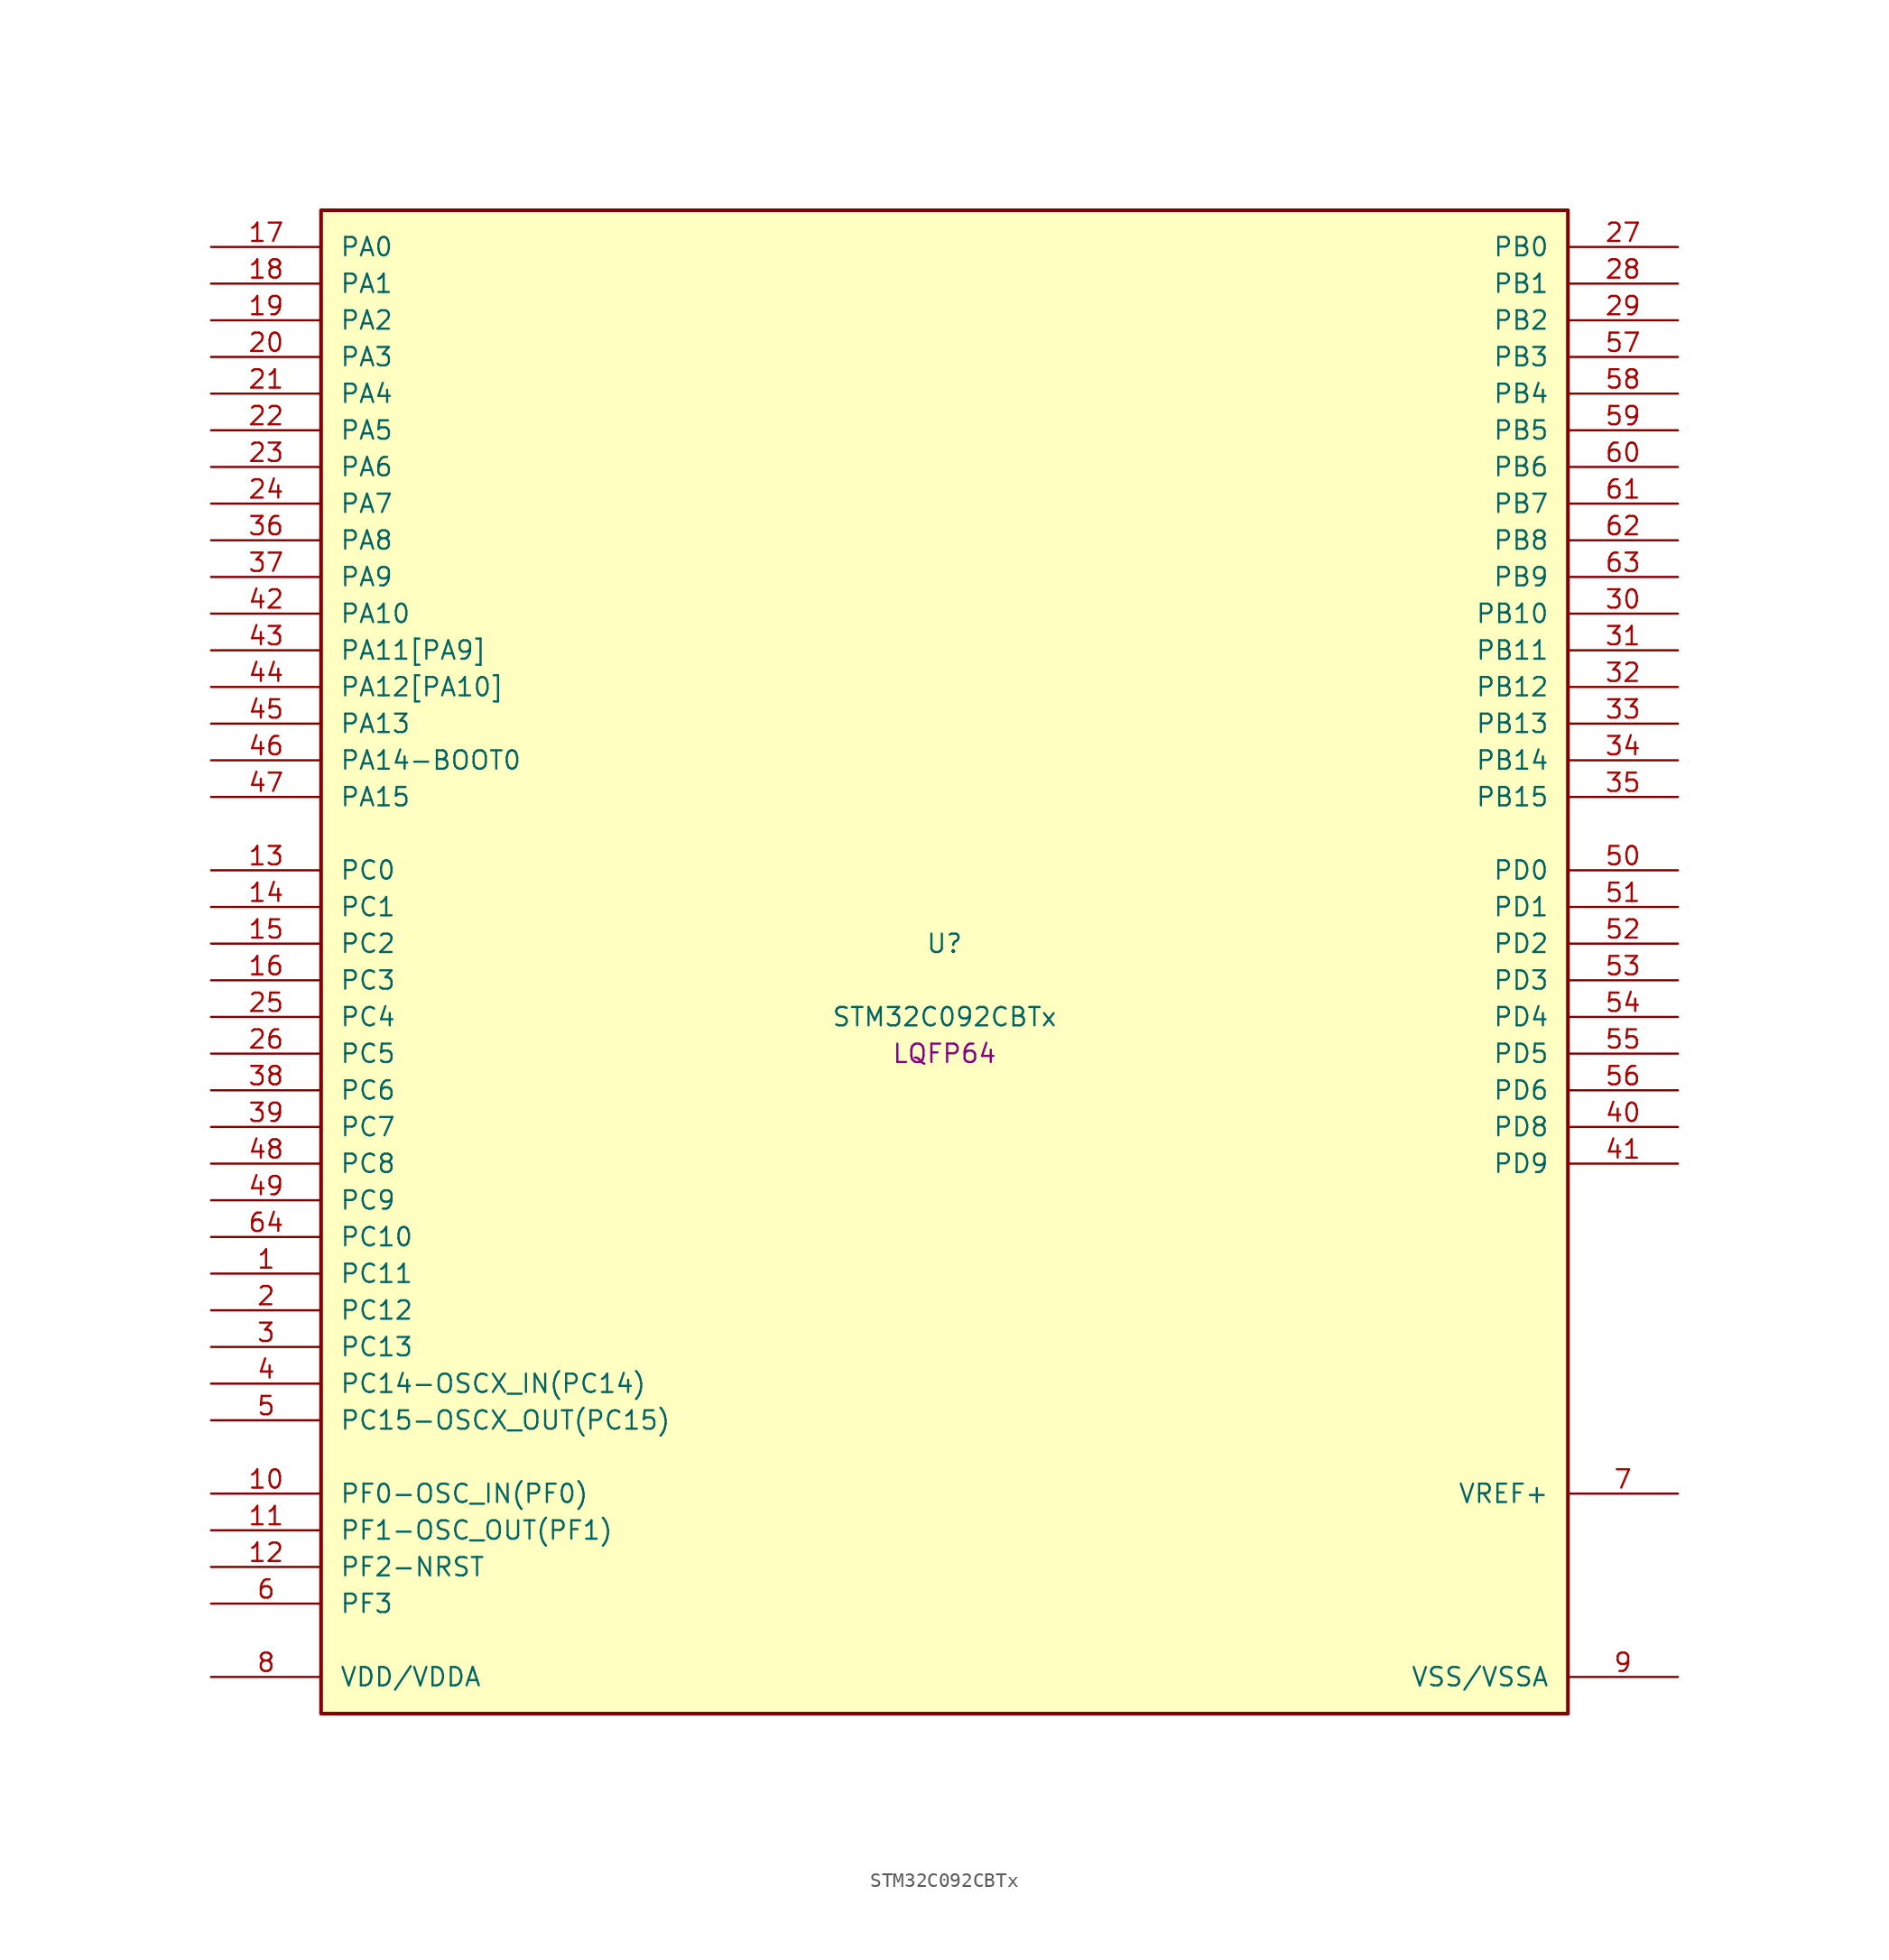
<source format=kicad_sym>
(kicad_symbol_lib
  (version 20241209)
  (generator "stm32_pkl_generator")
  (generator_version "1.0")
  (symbol "STM32C092CBTx"
    (pin_names
      (offset 1.27))
    (property "Reference" "U"
      (at 0 2.54 0))
    (property "Value" "STM32C092CBTx"
      (at 0 -2.54 0))
    (property "Footprint" "LQFP64"
      (at 0 -5.08 0))
    (symbol "STM32C092CBTx_1_1"
      (rectangle (start -43.18 53.34) (end 43.18 -50.8) (stroke (width 0.254) (type solid)) (fill (type background)))
      (pin bidirectional line (at -50.8 50.8 0) (length 7.62) (name "PA0") (number "17") (alternate "PA0/ADC1_IN0" bidirectional line) (alternate "PA0/PWR_WKUP1" bidirectional line) (alternate "PA0/SPI2_SCK" bidirectional line) (alternate "PA0/TIM16_CH1" bidirectional line) (alternate "PA0/TIM1_CH1" bidirectional line) (alternate "PA0/TIM2_CH1" bidirectional line) (alternate "PA0/TIM2_ETR" bidirectional line) (alternate "PA0/USART1_TX" bidirectional line) (alternate "PA0/USART2_CTS" bidirectional line) (alternate "PA0/USART2_NSS" bidirectional line) (alternate "PA0/USART4_TX" bidirectional line))
      (pin bidirectional line (at -50.8 48.26 0) (length 7.62) (name "PA1") (number "18") (alternate "PA1/ADC1_IN1" bidirectional line) (alternate "PA1/I2C1_SMBA" bidirectional line) (alternate "PA1/I2S1_CK" bidirectional line) (alternate "PA1/SPI1_SCK" bidirectional line) (alternate "PA1/TIM15_CH1N" bidirectional line) (alternate "PA1/TIM17_CH1" bidirectional line) (alternate "PA1/TIM1_CH2" bidirectional line) (alternate "PA1/TIM2_CH2" bidirectional line) (alternate "PA1/USART1_RX" bidirectional line) (alternate "PA1/USART2_CK" bidirectional line) (alternate "PA1/USART2_DE" bidirectional line) (alternate "PA1/USART2_RTS" bidirectional line) (alternate "PA1/USART4_RX" bidirectional line))
      (pin bidirectional line (at -50.8 45.72 0) (length 7.62) (name "PA2") (number "19") (alternate "PA2/ADC1_IN2" bidirectional line) (alternate "PA2/I2S1_SD" bidirectional line) (alternate "PA2/PWR_WKUP4" bidirectional line) (alternate "PA2/RCC_LSCO" bidirectional line) (alternate "PA2/SPI1_MOSI" bidirectional line) (alternate "PA2/TIM15_CH1" bidirectional line) (alternate "PA2/TIM16_CH1N" bidirectional line) (alternate "PA2/TIM1_CH3" bidirectional line) (alternate "PA2/TIM2_CH3" bidirectional line) (alternate "PA2/TIM3_ETR" bidirectional line) (alternate "PA2/USART2_TX" bidirectional line))
      (pin bidirectional line (at -50.8 43.18 0) (length 7.62) (name "PA3") (number "20") (alternate "PA3/ADC1_IN3" bidirectional line) (alternate "PA3/SPI2_MISO" bidirectional line) (alternate "PA3/TIM15_CH2" bidirectional line) (alternate "PA3/TIM1_CH1N" bidirectional line) (alternate "PA3/TIM1_CH4" bidirectional line) (alternate "PA3/TIM2_CH4" bidirectional line) (alternate "PA3/USART2_RX" bidirectional line))
      (pin bidirectional line (at -50.8 40.64 0) (length 7.62) (name "PA4") (number "21") (alternate "PA4/ADC1_IN4" bidirectional line) (alternate "PA4/I2S1_WS" bidirectional line) (alternate "PA4/RTC_OUT2" bidirectional line) (alternate "PA4/SPI1_NSS" bidirectional line) (alternate "PA4/SPI2_MOSI" bidirectional line) (alternate "PA4/TIM14_CH1" bidirectional line) (alternate "PA4/TIM17_CH1N" bidirectional line) (alternate "PA4/TIM1_CH2N" bidirectional line) (alternate "PA4/USART2_TX" bidirectional line))
      (pin bidirectional line (at -50.8 38.1 0) (length 7.62) (name "PA5") (number "22") (alternate "PA5/ADC1_IN5" bidirectional line) (alternate "PA5/I2S1_CK" bidirectional line) (alternate "PA5/SPI1_SCK" bidirectional line) (alternate "PA5/TIM1_CH1" bidirectional line) (alternate "PA5/TIM1_CH3N" bidirectional line) (alternate "PA5/TIM2_CH1" bidirectional line) (alternate "PA5/TIM2_ETR" bidirectional line) (alternate "PA5/USART2_RX" bidirectional line) (alternate "PA5/USART3_TX" bidirectional line))
      (pin bidirectional line (at -50.8 35.56 0) (length 7.62) (name "PA6") (number "23") (alternate "PA6/ADC1_IN6" bidirectional line) (alternate "PA6/I2C2_SDA" bidirectional line) (alternate "PA6/I2S1_MCK" bidirectional line) (alternate "PA6/SPI1_MISO" bidirectional line) (alternate "PA6/TIM16_CH1" bidirectional line) (alternate "PA6/TIM1_BKIN" bidirectional line) (alternate "PA6/TIM3_CH1" bidirectional line) (alternate "PA6/USART3_CTS" bidirectional line) (alternate "PA6/USART3_NSS" bidirectional line))
      (pin bidirectional line (at -50.8 33.02 0) (length 7.62) (name "PA7") (number "24") (alternate "PA7/ADC1_IN7" bidirectional line) (alternate "PA7/I2C2_SCL" bidirectional line) (alternate "PA7/I2S1_SD" bidirectional line) (alternate "PA7/SPI1_MOSI" bidirectional line) (alternate "PA7/TIM14_CH1" bidirectional line) (alternate "PA7/TIM17_CH1" bidirectional line) (alternate "PA7/TIM1_CH1N" bidirectional line) (alternate "PA7/TIM3_CH2" bidirectional line))
      (pin bidirectional line (at -50.8 30.48 0) (length 7.62) (name "PA8") (number "36") (alternate "PA8/ADC1_IN8" bidirectional line) (alternate "PA8/I2S1_WS" bidirectional line) (alternate "PA8/RCC_MCO" bidirectional line) (alternate "PA8/RCC_MCO_2" bidirectional line) (alternate "PA8/SPI1_NSS" bidirectional line) (alternate "PA8/SPI2_MISO" bidirectional line) (alternate "PA8/SPI2_NSS" bidirectional line) (alternate "PA8/TIM14_CH1" bidirectional line) (alternate "PA8/TIM1_CH1" bidirectional line) (alternate "PA8/TIM1_CH2N" bidirectional line) (alternate "PA8/TIM1_CH3N" bidirectional line) (alternate "PA8/TIM3_CH3" bidirectional line) (alternate "PA8/TIM3_CH4" bidirectional line) (alternate "PA8/USART1_RX" bidirectional line) (alternate "PA8/USART2_TX" bidirectional line))
      (pin bidirectional line (at -50.8 27.94 0) (length 7.62) (name "PA9") (number "37") (alternate "PA9/I2C1_SCL" bidirectional line) (alternate "PA9/I2C2_SCL" bidirectional line) (alternate "PA9/RCC_MCO" bidirectional line) (alternate "PA9/SPI2_MISO" bidirectional line) (alternate "PA9/TIM15_BKIN" bidirectional line) (alternate "PA9/TIM1_CH2" bidirectional line) (alternate "PA9/TIM3_ETR" bidirectional line) (alternate "PA9/USART1_TX" bidirectional line) (alternate "PA9/NC" bidirectional line))
      (pin bidirectional line (at -50.8 25.4 0) (length 7.62) (name "PA10") (number "42") (alternate "PA10/I2C1_SDA" bidirectional line) (alternate "PA10/I2C2_SDA" bidirectional line) (alternate "PA10/RCC_MCO_2" bidirectional line) (alternate "PA10/SPI2_MOSI" bidirectional line) (alternate "PA10/TIM17_BKIN" bidirectional line) (alternate "PA10/TIM1_CH3" bidirectional line) (alternate "PA10/USART1_RX" bidirectional line) (alternate "PA10/NC" bidirectional line))
      (pin bidirectional line (at -50.8 22.86 0) (length 7.62) (name "PA11[PA9]") (number "43") (alternate "PA11[PA9]/ADC1_EXTI11" bidirectional line) (alternate "PA11[PA9]/FDCAN1_RX" bidirectional line) (alternate "PA11[PA9]/I2C2_SCL" bidirectional line) (alternate "PA11[PA9]/I2S1_MCK" bidirectional line) (alternate "PA11[PA9]/SPI1_MISO" bidirectional line) (alternate "PA11[PA9]/TIM1_BKIN2" bidirectional line) (alternate "PA11[PA9]/TIM1_CH4" bidirectional line) (alternate "PA11[PA9]/USART1_CTS" bidirectional line) (alternate "PA11[PA9]/USART1_NSS" bidirectional line) (alternate "PA11[PA9]/PA9[PA11]" bidirectional line) (alternate "PA11[PA9]/I2C1_SCL" bidirectional line) (alternate "PA11[PA9]/RCC_MCO" bidirectional line) (alternate "PA11[PA9]/SPI2_MISO" bidirectional line) (alternate "PA11[PA9]/TIM15_BKIN" bidirectional line) (alternate "PA11[PA9]/TIM1_CH2" bidirectional line) (alternate "PA11[PA9]/TIM3_ETR" bidirectional line) (alternate "PA11[PA9]/USART1_TX" bidirectional line))
      (pin bidirectional line (at -50.8 20.32 0) (length 7.62) (name "PA12[PA10]") (number "44") (alternate "PA12[PA10]/FDCAN1_TX" bidirectional line) (alternate "PA12[PA10]/I2C2_SDA" bidirectional line) (alternate "PA12[PA10]/I2S1_SD" bidirectional line) (alternate "PA12[PA10]/I2S_CKIN" bidirectional line) (alternate "PA12[PA10]/SPI1_MOSI" bidirectional line) (alternate "PA12[PA10]/TIM1_ETR" bidirectional line) (alternate "PA12[PA10]/USART1_CK" bidirectional line) (alternate "PA12[PA10]/USART1_DE" bidirectional line) (alternate "PA12[PA10]/USART1_RTS" bidirectional line) (alternate "PA12[PA10]/PA10[PA12]" bidirectional line) (alternate "PA12[PA10]/I2C1_SDA" bidirectional line) (alternate "PA12[PA10]/RCC_MCO_2" bidirectional line) (alternate "PA12[PA10]/SPI2_MOSI" bidirectional line) (alternate "PA12[PA10]/TIM17_BKIN" bidirectional line) (alternate "PA12[PA10]/TIM1_CH3" bidirectional line) (alternate "PA12[PA10]/USART1_RX" bidirectional line))
      (pin bidirectional line (at -50.8 17.78 0) (length 7.62) (name "PA13") (number "45") (alternate "PA13/ADC1_IN13" bidirectional line) (alternate "PA13/DEBUG_SWDIO" bidirectional line) (alternate "PA13/IR_OUT" bidirectional line) (alternate "PA13/TIM3_ETR" bidirectional line) (alternate "PA13/USART2_RX" bidirectional line))
      (pin bidirectional line (at -50.8 15.24 0) (length 7.62) (name "PA14-BOOT0") (number "46") (alternate "PA14-BOOT0/ADC1_IN14" bidirectional line) (alternate "PA14-BOOT0/BOOT0" bidirectional line) (alternate "PA14-BOOT0/DEBUG_SWCLK" bidirectional line) (alternate "PA14-BOOT0/I2S1_WS" bidirectional line) (alternate "PA14-BOOT0/RCC_MCO_2" bidirectional line) (alternate "PA14-BOOT0/SPI1_NSS" bidirectional line) (alternate "PA14-BOOT0/TIM1_CH1" bidirectional line) (alternate "PA14-BOOT0/USART1_CK" bidirectional line) (alternate "PA14-BOOT0/USART1_DE" bidirectional line) (alternate "PA14-BOOT0/USART1_RTS" bidirectional line) (alternate "PA14-BOOT0/USART2_RX" bidirectional line) (alternate "PA14-BOOT0/USART2_TX" bidirectional line))
      (pin bidirectional line (at -50.8 12.7 0) (length 7.62) (name "PA15") (number "47") (alternate "PA15/I2S1_WS" bidirectional line) (alternate "PA15/RCC_MCO_2" bidirectional line) (alternate "PA15/SPI1_NSS" bidirectional line) (alternate "PA15/TIM1_CH1" bidirectional line) (alternate "PA15/TIM2_CH1" bidirectional line) (alternate "PA15/TIM2_ETR" bidirectional line) (alternate "PA15/USART1_CK" bidirectional line) (alternate "PA15/USART1_DE" bidirectional line) (alternate "PA15/USART1_RTS" bidirectional line) (alternate "PA15/USART2_RX" bidirectional line) (alternate "PA15/USART3_CK" bidirectional line) (alternate "PA15/USART3_DE" bidirectional line) (alternate "PA15/USART3_RTS" bidirectional line) (alternate "PA15/USART4_CK" bidirectional line) (alternate "PA15/USART4_DE" bidirectional line) (alternate "PA15/USART4_RTS" bidirectional line))
      (pin bidirectional line (at 50.8 50.8 180) (length 7.62) (name "PB0") (number "27") (alternate "PB0/ADC1_IN17" bidirectional line) (alternate "PB0/FDCAN1_RX" bidirectional line) (alternate "PB0/I2S1_WS" bidirectional line) (alternate "PB0/SPI1_NSS" bidirectional line) (alternate "PB0/TIM1_CH2N" bidirectional line) (alternate "PB0/TIM3_CH3" bidirectional line) (alternate "PB0/USART3_RX" bidirectional line))
      (pin bidirectional line (at 50.8 48.26 180) (length 7.62) (name "PB1") (number "28") (alternate "PB1/ADC1_IN18" bidirectional line) (alternate "PB1/FDCAN1_TX" bidirectional line) (alternate "PB1/TIM14_CH1" bidirectional line) (alternate "PB1/TIM1_CH2N" bidirectional line) (alternate "PB1/TIM1_CH3N" bidirectional line) (alternate "PB1/TIM3_CH4" bidirectional line) (alternate "PB1/USART3_CK" bidirectional line) (alternate "PB1/USART3_DE" bidirectional line) (alternate "PB1/USART3_RTS" bidirectional line))
      (pin bidirectional line (at 50.8 45.72 180) (length 7.62) (name "PB2") (number "29") (alternate "PB2/ADC1_IN19" bidirectional line) (alternate "PB2/RCC_MCO_2" bidirectional line) (alternate "PB2/SPI2_MISO" bidirectional line) (alternate "PB2/USART1_RX" bidirectional line) (alternate "PB2/USART3_TX" bidirectional line))
      (pin bidirectional line (at 50.8 43.18 180) (length 7.62) (name "PB3") (number "57") (alternate "PB3/I2C2_SCL" bidirectional line) (alternate "PB3/I2S1_CK" bidirectional line) (alternate "PB3/SPI1_SCK" bidirectional line) (alternate "PB3/TIM1_CH2" bidirectional line) (alternate "PB3/TIM2_CH2" bidirectional line) (alternate "PB3/TIM3_CH2" bidirectional line) (alternate "PB3/USART1_CK" bidirectional line) (alternate "PB3/USART1_DE" bidirectional line) (alternate "PB3/USART1_RTS" bidirectional line))
      (pin bidirectional line (at 50.8 40.64 180) (length 7.62) (name "PB4") (number "58") (alternate "PB4/I2C2_SDA" bidirectional line) (alternate "PB4/I2S1_MCK" bidirectional line) (alternate "PB4/SPI1_MISO" bidirectional line) (alternate "PB4/TIM17_BKIN" bidirectional line) (alternate "PB4/TIM3_CH1" bidirectional line) (alternate "PB4/USART1_CTS" bidirectional line) (alternate "PB4/USART1_NSS" bidirectional line))
      (pin bidirectional line (at 50.8 38.1 180) (length 7.62) (name "PB5") (number "59") (alternate "PB5/FDCAN1_RX" bidirectional line) (alternate "PB5/I2C1_SMBA" bidirectional line) (alternate "PB5/I2S1_SD" bidirectional line) (alternate "PB5/PWR_WKUP6" bidirectional line) (alternate "PB5/SPI1_MOSI" bidirectional line) (alternate "PB5/TIM16_BKIN" bidirectional line) (alternate "PB5/TIM3_CH2" bidirectional line) (alternate "PB5/TIM3_CH3" bidirectional line))
      (pin bidirectional line (at 50.8 35.56 180) (length 7.62) (name "PB6") (number "60") (alternate "PB6/FDCAN1_TX" bidirectional line) (alternate "PB6/I2C1_SCL" bidirectional line) (alternate "PB6/I2C1_SMBA" bidirectional line) (alternate "PB6/I2S1_CK" bidirectional line) (alternate "PB6/I2S1_MCK" bidirectional line) (alternate "PB6/I2S1_SD" bidirectional line) (alternate "PB6/PWR_WKUP3" bidirectional line) (alternate "PB6/SPI1_MISO" bidirectional line) (alternate "PB6/SPI1_MOSI" bidirectional line) (alternate "PB6/SPI1_SCK" bidirectional line) (alternate "PB6/SPI2_MISO" bidirectional line) (alternate "PB6/TIM16_BKIN" bidirectional line) (alternate "PB6/TIM16_CH1N" bidirectional line) (alternate "PB6/TIM1_CH2" bidirectional line) (alternate "PB6/TIM1_CH3" bidirectional line) (alternate "PB6/TIM3_CH1" bidirectional line) (alternate "PB6/TIM3_CH2" bidirectional line) (alternate "PB6/TIM3_CH3" bidirectional line) (alternate "PB6/USART1_CTS" bidirectional line) (alternate "PB6/USART1_NSS" bidirectional line) (alternate "PB6/USART1_TX" bidirectional line))
      (pin bidirectional line (at 50.8 33.02 180) (length 7.62) (name "PB7") (number "61") (alternate "PB7/I2C1_SCL" bidirectional line) (alternate "PB7/I2C1_SDA" bidirectional line) (alternate "PB7/SPI2_MOSI" bidirectional line) (alternate "PB7/TIM16_CH1" bidirectional line) (alternate "PB7/TIM17_CH1N" bidirectional line) (alternate "PB7/TIM1_CH4" bidirectional line) (alternate "PB7/TIM3_CH1" bidirectional line) (alternate "PB7/TIM3_CH4" bidirectional line) (alternate "PB7/USART1_RX" bidirectional line) (alternate "PB7/USART2_CTS" bidirectional line) (alternate "PB7/USART2_NSS" bidirectional line) (alternate "PB7/USART4_CTS" bidirectional line) (alternate "PB7/USART4_NSS" bidirectional line))
      (pin bidirectional line (at 50.8 30.48 180) (length 7.62) (name "PB8") (number "62") (alternate "PB8/FDCAN1_RX" bidirectional line) (alternate "PB8/I2C1_SCL" bidirectional line) (alternate "PB8/SPI2_SCK" bidirectional line) (alternate "PB8/TIM15_BKIN" bidirectional line) (alternate "PB8/TIM16_CH1" bidirectional line) (alternate "PB8/TIM3_CH1" bidirectional line) (alternate "PB8/USART2_CTS" bidirectional line) (alternate "PB8/USART2_NSS" bidirectional line) (alternate "PB8/USART3_TX" bidirectional line))
      (pin bidirectional line (at 50.8 27.94 180) (length 7.62) (name "PB9") (number "63") (alternate "PB9/FDCAN1_TX" bidirectional line) (alternate "PB9/I2C1_SDA" bidirectional line) (alternate "PB9/IR_OUT" bidirectional line) (alternate "PB9/SPI2_NSS" bidirectional line) (alternate "PB9/TIM17_CH1" bidirectional line) (alternate "PB9/TIM3_CH2" bidirectional line) (alternate "PB9/USART2_CK" bidirectional line) (alternate "PB9/USART2_DE" bidirectional line) (alternate "PB9/USART2_RTS" bidirectional line) (alternate "PB9/USART3_RX" bidirectional line))
      (pin bidirectional line (at 50.8 25.4 180) (length 7.62) (name "PB10") (number "30") (alternate "PB10/ADC1_IN20" bidirectional line) (alternate "PB10/I2C2_SCL" bidirectional line) (alternate "PB10/SPI2_SCK" bidirectional line) (alternate "PB10/TIM2_CH3" bidirectional line) (alternate "PB10/USART3_TX" bidirectional line))
      (pin bidirectional line (at 50.8 22.86 180) (length 7.62) (name "PB11") (number "31") (alternate "PB11/ADC1_EXTI11" bidirectional line) (alternate "PB11/ADC1_IN21" bidirectional line) (alternate "PB11/I2C2_SDA" bidirectional line) (alternate "PB11/SPI2_MOSI" bidirectional line) (alternate "PB11/TIM2_CH4" bidirectional line) (alternate "PB11/USART3_RX" bidirectional line))
      (pin bidirectional line (at 50.8 20.32 180) (length 7.62) (name "PB12") (number "32") (alternate "PB12/ADC1_IN22" bidirectional line) (alternate "PB12/FDCAN1_RX" bidirectional line) (alternate "PB12/SPI2_NSS" bidirectional line) (alternate "PB12/TIM15_BKIN" bidirectional line) (alternate "PB12/TIM1_BKIN" bidirectional line) (alternate "PB12/TIM1_BKIN2" bidirectional line))
      (pin bidirectional line (at 50.8 17.78 180) (length 7.62) (name "PB13") (number "33") (alternate "PB13/FDCAN1_TX" bidirectional line) (alternate "PB13/I2C2_SCL" bidirectional line) (alternate "PB13/SPI2_SCK" bidirectional line) (alternate "PB13/TIM15_CH1N" bidirectional line) (alternate "PB13/TIM1_CH1N" bidirectional line) (alternate "PB13/USART3_CTS" bidirectional line) (alternate "PB13/USART3_NSS" bidirectional line))
      (pin bidirectional line (at 50.8 15.24 180) (length 7.62) (name "PB14") (number "34") (alternate "PB14/I2C2_SDA" bidirectional line) (alternate "PB14/SPI2_MISO" bidirectional line) (alternate "PB14/TIM15_CH1" bidirectional line) (alternate "PB14/TIM1_CH2N" bidirectional line) (alternate "PB14/USART3_CK" bidirectional line) (alternate "PB14/USART3_DE" bidirectional line) (alternate "PB14/USART3_RTS" bidirectional line))
      (pin bidirectional line (at 50.8 12.7 180) (length 7.62) (name "PB15") (number "35") (alternate "PB15/RTC_REFIN" bidirectional line) (alternate "PB15/SPI2_MOSI" bidirectional line) (alternate "PB15/TIM15_CH1N" bidirectional line) (alternate "PB15/TIM15_CH2" bidirectional line) (alternate "PB15/TIM1_CH3N" bidirectional line))
      (pin bidirectional line (at -50.8 7.62 0) (length 7.62) (name "PC0") (number "13") (alternate "PC0/USART3_TX" bidirectional line) (alternate "PC0/USART4_RX" bidirectional line))
      (pin bidirectional line (at -50.8 5.08 0) (length 7.62) (name "PC1") (number "14") (alternate "PC1/TIM15_CH1" bidirectional line) (alternate "PC1/USART3_RX" bidirectional line) (alternate "PC1/USART4_TX" bidirectional line))
      (pin bidirectional line (at -50.8 2.54 0) (length 7.62) (name "PC2") (number "15") (alternate "PC2/FDCAN1_RX" bidirectional line) (alternate "PC2/SPI2_MISO" bidirectional line) (alternate "PC2/TIM15_CH2" bidirectional line))
      (pin bidirectional line (at -50.8 0 0) (length 7.62) (name "PC3") (number "16") (alternate "PC3/FDCAN1_TX" bidirectional line) (alternate "PC3/SPI2_MOSI" bidirectional line))
      (pin bidirectional line (at -50.8 -2.54 0) (length 7.62) (name "PC4") (number "25") (alternate "PC4/ADC1_IN11" bidirectional line) (alternate "PC4/FDCAN1_RX" bidirectional line) (alternate "PC4/TIM2_CH1" bidirectional line) (alternate "PC4/TIM2_ETR" bidirectional line) (alternate "PC4/USART1_TX" bidirectional line) (alternate "PC4/USART3_TX" bidirectional line))
      (pin bidirectional line (at -50.8 -5.08 0) (length 7.62) (name "PC5") (number "26") (alternate "PC5/ADC1_IN12" bidirectional line) (alternate "PC5/FDCAN1_TX" bidirectional line) (alternate "PC5/PWR_WKUP5" bidirectional line) (alternate "PC5/TIM2_CH2" bidirectional line) (alternate "PC5/USART1_RX" bidirectional line) (alternate "PC5/USART3_RX" bidirectional line))
      (pin bidirectional line (at -50.8 -7.62 0) (length 7.62) (name "PC6") (number "38") (alternate "PC6/TIM2_CH3" bidirectional line) (alternate "PC6/TIM3_CH1" bidirectional line))
      (pin bidirectional line (at -50.8 -10.16 0) (length 7.62) (name "PC7") (number "39") (alternate "PC7/TIM2_CH4" bidirectional line) (alternate "PC7/TIM3_CH2" bidirectional line))
      (pin bidirectional line (at -50.8 -12.7 0) (length 7.62) (name "PC8") (number "48") (alternate "PC8/TIM1_CH1" bidirectional line) (alternate "PC8/TIM3_CH3" bidirectional line))
      (pin bidirectional line (at -50.8 -15.24 0) (length 7.62) (name "PC9") (number "49") (alternate "PC9/I2S_CKIN" bidirectional line) (alternate "PC9/TIM1_CH2" bidirectional line) (alternate "PC9/TIM3_CH4" bidirectional line))
      (pin bidirectional line (at -50.8 -17.78 0) (length 7.62) (name "PC10") (number "64") (alternate "PC10/TIM1_CH3" bidirectional line) (alternate "PC10/USART3_TX" bidirectional line) (alternate "PC10/USART4_TX" bidirectional line))
      (pin bidirectional line (at -50.8 -20.32 0) (length 7.62) (name "PC11") (number "1") (alternate "PC11/ADC1_EXTI11" bidirectional line) (alternate "PC11/TIM1_CH4" bidirectional line) (alternate "PC11/USART3_RX" bidirectional line) (alternate "PC11/USART4_RX" bidirectional line))
      (pin bidirectional line (at -50.8 -22.86 0) (length 7.62) (name "PC12") (number "2") (alternate "PC12/TIM14_CH1" bidirectional line))
      (pin bidirectional line (at -50.8 -25.4 0) (length 7.62) (name "PC13") (number "3") (alternate "PC13/PWR_WKUP2" bidirectional line) (alternate "PC13/RTC_OUT1" bidirectional line) (alternate "PC13/RTC_TS" bidirectional line) (alternate "PC13/TIM1_BKIN" bidirectional line) (alternate "PC13/TIM1_ETR" bidirectional line))
      (pin bidirectional line (at -50.8 -27.94 0) (length 7.62) (name "PC14-OSCX_IN(PC14)") (number "4") (alternate "PC14-OSCX_IN(PC14)/FDCAN1_TX" bidirectional line) (alternate "PC14-OSCX_IN(PC14)/I2C1_SDA" bidirectional line) (alternate "PC14-OSCX_IN(PC14)/IR_OUT" bidirectional line) (alternate "PC14-OSCX_IN(PC14)/RCC_OSCX_IN" bidirectional line) (alternate "PC14-OSCX_IN(PC14)/SPI2_NSS" bidirectional line) (alternate "PC14-OSCX_IN(PC14)/TIM17_CH1" bidirectional line) (alternate "PC14-OSCX_IN(PC14)/TIM1_BKIN2" bidirectional line) (alternate "PC14-OSCX_IN(PC14)/TIM1_ETR" bidirectional line) (alternate "PC14-OSCX_IN(PC14)/TIM3_CH2" bidirectional line) (alternate "PC14-OSCX_IN(PC14)/USART1_TX" bidirectional line) (alternate "PC14-OSCX_IN(PC14)/USART2_CK" bidirectional line) (alternate "PC14-OSCX_IN(PC14)/USART2_DE" bidirectional line) (alternate "PC14-OSCX_IN(PC14)/USART2_RTS" bidirectional line) (alternate "PC14-OSCX_IN(PC14)/USART3_TX" bidirectional line))
      (pin bidirectional line (at -50.8 -30.48 0) (length 7.62) (name "PC15-OSCX_OUT(PC15)") (number "5") (alternate "PC15-OSCX_OUT(PC15)/RCC_OSC32_EN" bidirectional line) (alternate "PC15-OSCX_OUT(PC15)/RCC_OSCX_OUT" bidirectional line) (alternate "PC15-OSCX_OUT(PC15)/RCC_OSC_EN" bidirectional line) (alternate "PC15-OSCX_OUT(PC15)/TIM15_BKIN" bidirectional line) (alternate "PC15-OSCX_OUT(PC15)/TIM1_ETR" bidirectional line) (alternate "PC15-OSCX_OUT(PC15)/TIM3_CH3" bidirectional line))
      (pin bidirectional line (at 50.8 7.62 180) (length 7.62) (name "PD0") (number "50") (alternate "PD0/FDCAN1_RX" bidirectional line) (alternate "PD0/SPI2_NSS" bidirectional line) (alternate "PD0/TIM16_CH1" bidirectional line))
      (pin bidirectional line (at 50.8 5.08 180) (length 7.62) (name "PD1") (number "51") (alternate "PD1/FDCAN1_TX" bidirectional line) (alternate "PD1/SPI2_SCK" bidirectional line) (alternate "PD1/TIM17_CH1" bidirectional line))
      (pin bidirectional line (at 50.8 2.54 180) (length 7.62) (name "PD2") (number "52") (alternate "PD2/TIM1_CH1N" bidirectional line) (alternate "PD2/TIM3_ETR" bidirectional line) (alternate "PD2/USART3_CK" bidirectional line) (alternate "PD2/USART3_DE" bidirectional line) (alternate "PD2/USART3_RTS" bidirectional line))
      (pin bidirectional line (at 50.8 0 180) (length 7.62) (name "PD3") (number "53") (alternate "PD3/SPI2_MISO" bidirectional line) (alternate "PD3/TIM1_CH2N" bidirectional line) (alternate "PD3/USART2_CTS" bidirectional line) (alternate "PD3/USART2_NSS" bidirectional line))
      (pin bidirectional line (at 50.8 -2.54 180) (length 7.62) (name "PD4") (number "54") (alternate "PD4/SPI2_MOSI" bidirectional line) (alternate "PD4/TIM1_CH3N" bidirectional line) (alternate "PD4/USART2_CK" bidirectional line) (alternate "PD4/USART2_DE" bidirectional line) (alternate "PD4/USART2_RTS" bidirectional line))
      (pin bidirectional line (at 50.8 -5.08 180) (length 7.62) (name "PD5") (number "55") (alternate "PD5/I2S1_MCK" bidirectional line) (alternate "PD5/SPI1_MISO" bidirectional line) (alternate "PD5/TIM1_BKIN" bidirectional line) (alternate "PD5/USART2_TX" bidirectional line))
      (pin bidirectional line (at 50.8 -7.62 180) (length 7.62) (name "PD6") (number "56") (alternate "PD6/I2S1_SD" bidirectional line) (alternate "PD6/SPI1_MOSI" bidirectional line) (alternate "PD6/USART2_RX" bidirectional line))
      (pin bidirectional line (at 50.8 -10.16 180) (length 7.62) (name "PD8") (number "40") (alternate "PD8/I2S1_CK" bidirectional line) (alternate "PD8/SPI1_SCK" bidirectional line) (alternate "PD8/USART3_TX" bidirectional line))
      (pin bidirectional line (at 50.8 -12.7 180) (length 7.62) (name "PD9") (number "41") (alternate "PD9/I2S1_WS" bidirectional line) (alternate "PD9/SPI1_NSS" bidirectional line) (alternate "PD9/TIM1_BKIN2" bidirectional line) (alternate "PD9/USART3_RX" bidirectional line))
      (pin bidirectional line (at -50.8 -35.56 0) (length 7.62) (name "PF0-OSC_IN(PF0)") (number "10") (alternate "PF0-OSC_IN(PF0)/RCC_OSC_IN" bidirectional line) (alternate "PF0-OSC_IN(PF0)/TIM14_CH1" bidirectional line))
      (pin bidirectional line (at -50.8 -38.1 0) (length 7.62) (name "PF1-OSC_OUT(PF1)") (number "11") (alternate "PF1-OSC_OUT(PF1)/RCC_OSC_EN" bidirectional line) (alternate "PF1-OSC_OUT(PF1)/RCC_OSC_OUT" bidirectional line) (alternate "PF1-OSC_OUT(PF1)/TIM15_CH1N" bidirectional line))
      (pin bidirectional line (at -50.8 -40.64 0) (length 7.62) (name "PF2-NRST") (number "12") (alternate "PF2-NRST/RCC_MCO" bidirectional line) (alternate "PF2-NRST/TIM1_CH4" bidirectional line))
      (pin bidirectional line (at -50.8 -43.18 0) (length 7.62) (name "PF3") (number "6"))
      (pin bidirectional line (at 50.8 -35.56 180) (length 7.62) (name "VREF+") (number "7"))
      (pin power_in line (at -50.8 -48.26 0) (length 7.62) (name "VDD/VDDA") (number "8"))
      (pin power_in line (at 50.8 -48.26 180) (length 7.62) (name "VSS/VSSA") (number "9")))))
</source>
